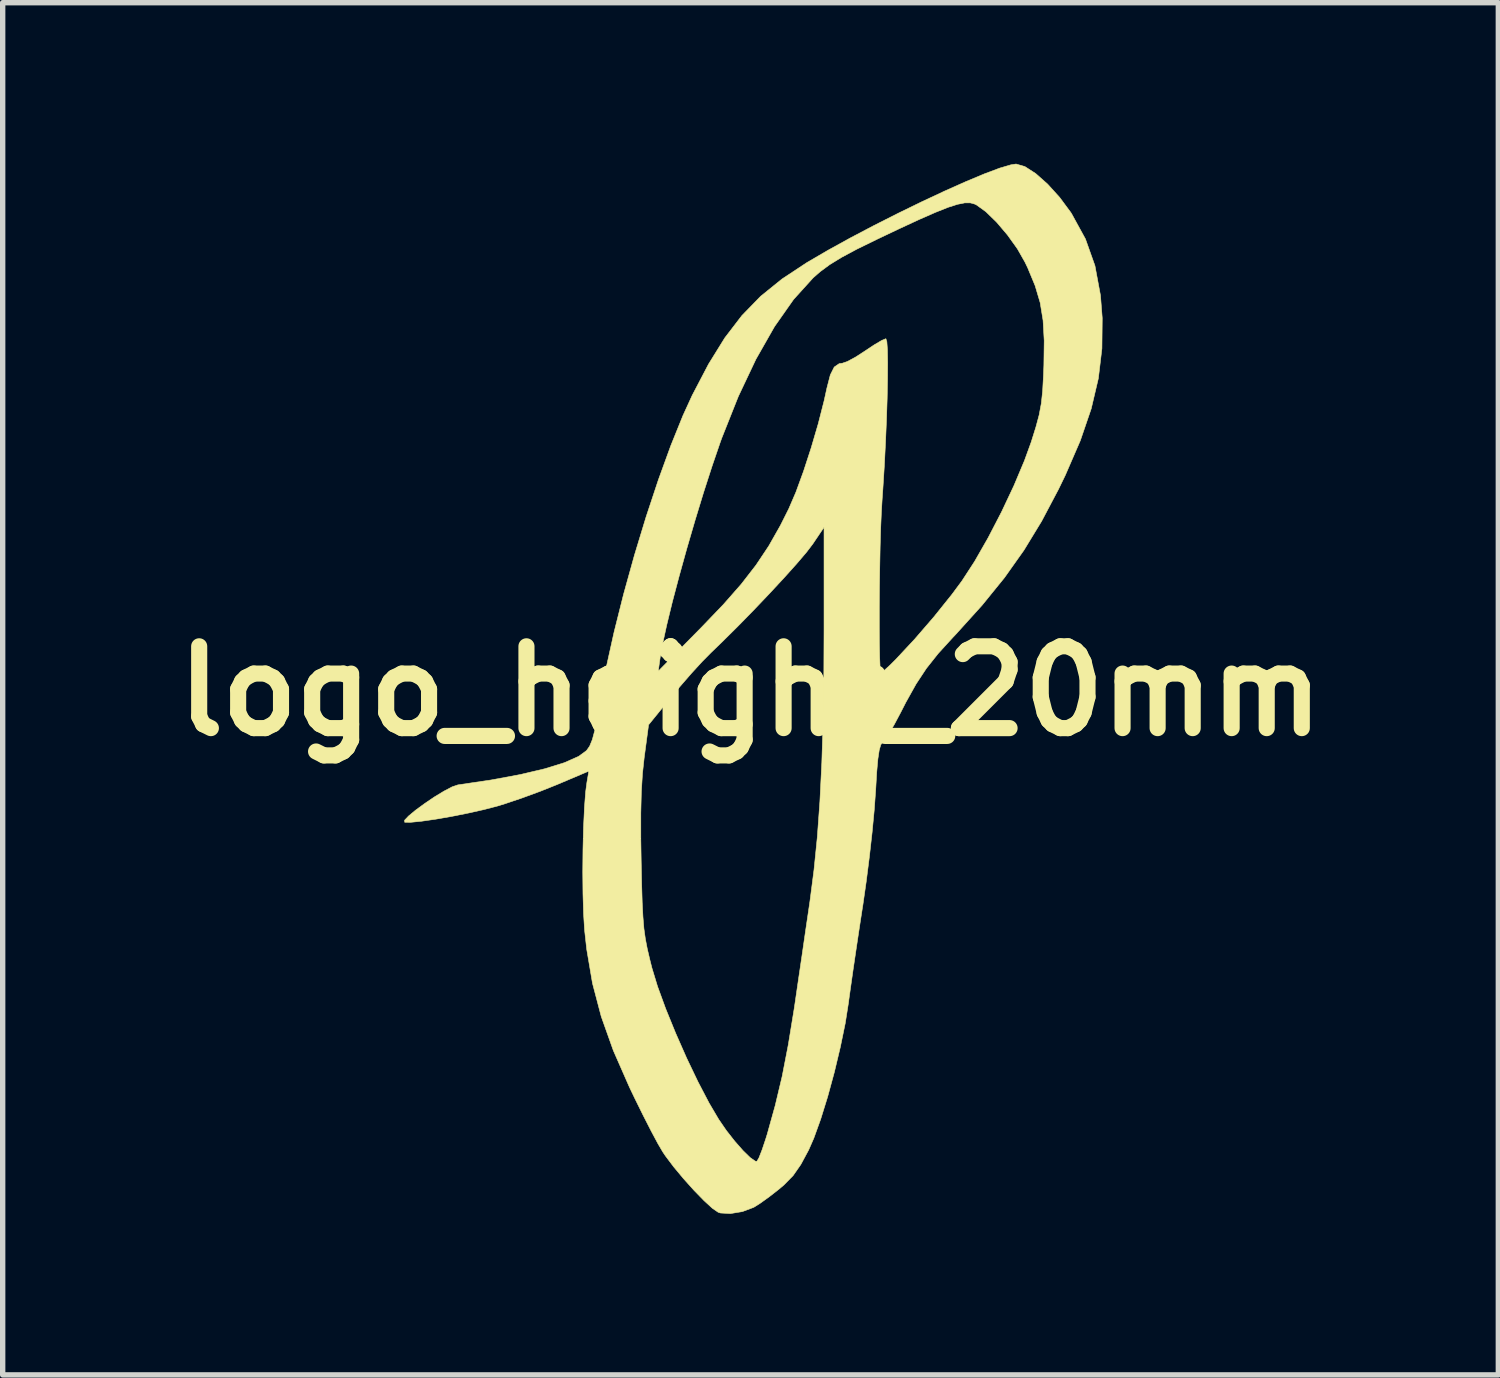
<source format=kicad_pcb>
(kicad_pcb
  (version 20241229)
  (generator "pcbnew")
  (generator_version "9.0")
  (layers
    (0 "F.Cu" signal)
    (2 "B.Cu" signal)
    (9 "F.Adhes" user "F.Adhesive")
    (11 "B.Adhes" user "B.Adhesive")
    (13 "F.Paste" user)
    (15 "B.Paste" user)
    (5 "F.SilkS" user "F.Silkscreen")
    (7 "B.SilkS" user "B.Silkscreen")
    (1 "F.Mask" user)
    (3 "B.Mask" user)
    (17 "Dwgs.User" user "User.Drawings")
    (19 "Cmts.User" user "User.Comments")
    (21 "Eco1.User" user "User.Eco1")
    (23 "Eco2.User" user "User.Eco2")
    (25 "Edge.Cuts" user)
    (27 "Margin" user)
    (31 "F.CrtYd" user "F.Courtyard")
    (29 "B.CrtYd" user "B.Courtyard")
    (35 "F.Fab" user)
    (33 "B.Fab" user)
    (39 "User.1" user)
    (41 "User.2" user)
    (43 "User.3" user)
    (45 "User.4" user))
  (footprint "logo_height_20mm"
    (layer "F.Cu")
    (at 10.929 9.823)
    (property "Reference" "logo_height_20mm" (at 0 0 0) (layer "F.SilkS") (effects (font (size 1.524 1.524) (thickness 0.3))))
    (attr through_hole)
    (fp_poly (pts (xy 5.11 -9.771) (xy 5.312 -9.641) (xy 5.534 -9.444) (xy 5.758 -9.197) (xy 5.967 -8.915) (xy 5.982 -8.891) (xy 6.239 -8.422) (xy 6.416 -7.924) (xy 6.519 -7.371) (xy 6.552 -6.948) (xy 6.546 -6.381) (xy 6.48 -5.826) (xy 6.347 -5.261) (xy 6.144 -4.667) (xy 5.865 -4.023) (xy 5.738 -3.761) (xy 5.423 -3.165) (xy 5.094 -2.625) (xy 4.731 -2.113) (xy 4.314 -1.599) (xy 3.823 -1.056) (xy 3.769 -0.999) (xy 3.496 -0.7) (xy 3.277 -0.424) (xy 3.085 -0.133) (xy 2.894 0.209) (xy 2.797 0.399) (xy 2.681 0.617) (xy 2.574 0.8) (xy 2.492 0.92) (xy 2.465 0.948) (xy 2.427 0.999) (xy 2.398 1.099) (xy 2.373 1.265) (xy 2.351 1.514) (xy 2.331 1.859) (xy 2.329 1.882) (xy 2.305 2.216) (xy 2.266 2.627) (xy 2.215 3.082) (xy 2.156 3.547) (xy 2.093 3.987) (xy 2.088 4.016) (xy 2.026 4.42) (xy 1.966 4.82) (xy 1.911 5.192) (xy 1.866 5.508) (xy 1.833 5.744) (xy 1.828 5.788) (xy 1.765 6.188) (xy 1.673 6.633) (xy 1.562 7.098) (xy 1.438 7.553) (xy 1.308 7.972) (xy 1.18 8.327) (xy 1.084 8.546) (xy 0.937 8.819) (xy 0.795 9.023) (xy 0.626 9.196) (xy 0.531 9.277) (xy 0.348 9.42) (xy 0.178 9.542) (xy 0.06 9.616) (xy -0.151 9.695) (xy -0.375 9.732) (xy -0.562 9.721) (xy -0.601 9.708) (xy -0.709 9.634) (xy -0.865 9.491) (xy -1.051 9.3) (xy -1.246 9.083) (xy -1.43 8.862) (xy -1.583 8.659) (xy -1.634 8.583) (xy -1.725 8.428) (xy -1.85 8.194) (xy -1.997 7.906) (xy -2.153 7.59) (xy -2.254 7.379) (xy -2.554 6.696) (xy -2.78 6.061) (xy -2.943 5.442) (xy -3.051 4.806) (xy -3.09 4.452) (xy -3.109 4.147) (xy -3.12 3.777) (xy -3.124 3.369) (xy -3.12 2.948) (xy -3.11 2.54) (xy -3.097 2.272) (xy -2.043 2.272) (xy -2.043 2.749) (xy -2.036 3.168) (xy -2.027 3.598) (xy -2.017 3.936) (xy -2.003 4.204) (xy -1.985 4.423) (xy -1.958 4.615) (xy -1.922 4.802) (xy -1.874 5.006) (xy -1.836 5.157) (xy -1.731 5.502) (xy -1.58 5.915) (xy -1.395 6.369) (xy -1.191 6.832) (xy -0.978 7.277) (xy -0.771 7.673) (xy -0.592 7.977) (xy -0.45 8.184) (xy -0.293 8.384) (xy -0.139 8.559) (xy -0.006 8.689) (xy 0.089 8.756) (xy 0.12 8.758) (xy 0.158 8.693) (xy 0.216 8.545) (xy 0.284 8.342) (xy 0.31 8.259) (xy 0.46 7.721) (xy 0.59 7.176) (xy 0.704 6.589) (xy 0.812 5.928) (xy 0.828 5.822) (xy 0.888 5.41) (xy 0.958 4.936) (xy 1.028 4.453) (xy 1.093 4.013) (xy 1.108 3.91) (xy 1.183 3.33) (xy 1.245 2.716) (xy 1.293 2.053) (xy 1.329 1.327) (xy 1.354 0.526) (xy 1.367 -0.364) (xy 1.37 -1.143) (xy 1.37 -3.052) (xy 1.159 -2.739) (xy 1.044 -2.588) (xy 0.861 -2.373) (xy 0.626 -2.111) (xy 0.353 -1.817) (xy 0.058 -1.507) (xy -0.244 -1.198) (xy -0.54 -0.905) (xy -0.733 -0.719) (xy -0.898 -0.552) (xy -1.103 -0.328) (xy -1.319 -0.079) (xy -1.468 0.099) (xy -1.898 0.628) (xy -1.98 1.241) (xy -2.012 1.537) (xy -2.033 1.874) (xy -2.043 2.272) (xy -3.097 2.272) (xy -3.093 2.174) (xy -3.07 1.874) (xy -3.047 1.701) (xy -3.011 1.49) (xy -3.603 1.741) (xy -3.913 1.865) (xy -4.253 1.99) (xy -4.57 2.097) (xy -4.709 2.14) (xy -4.962 2.206) (xy -5.256 2.272) (xy -5.566 2.334) (xy -5.865 2.386) (xy -6.128 2.424) (xy -6.33 2.444) (xy -6.441 2.443) (xy -6.444 2.406) (xy -6.369 2.327) (xy -6.238 2.218) (xy -6.07 2.095) (xy -5.887 1.971) (xy -5.709 1.863) (xy -5.557 1.783) (xy -5.451 1.747) (xy -4.83 1.655) (xy -4.287 1.554) (xy -3.83 1.446) (xy -3.466 1.333) (xy -3.202 1.216) (xy -3.054 1.108) (xy -2.996 1.026) (xy -2.946 0.904) (xy -2.898 0.724) (xy -2.848 0.465) (xy -2.801 0.185) (xy -2.7 -0.371) (xy -1.718 -0.371) (xy -0.913 -1.188) (xy -0.506 -1.612) (xy -0.173 -1.991) (xy 0.103 -2.347) (xy 0.341 -2.704) (xy 0.557 -3.085) (xy 0.713 -3.396) (xy 0.846 -3.705) (xy 0.988 -4.094) (xy 1.13 -4.53) (xy 1.262 -4.979) (xy 1.372 -5.41) (xy 1.424 -5.647) (xy 1.487 -5.89) (xy 1.56 -6.036) (xy 1.653 -6.1) (xy 1.71 -6.107) (xy 1.804 -6.139) (xy 1.956 -6.221) (xy 2.134 -6.336) (xy 2.305 -6.45) (xy 2.444 -6.532) (xy 2.521 -6.564) (xy 2.522 -6.564) (xy 2.54 -6.51) (xy 2.551 -6.356) (xy 2.555 -6.119) (xy 2.553 -5.812) (xy 2.546 -5.451) (xy 2.533 -5.052) (xy 2.515 -4.628) (xy 2.493 -4.194) (xy 2.466 -3.767) (xy 2.452 -3.567) (xy 2.438 -3.331) (xy 2.425 -3.033) (xy 2.415 -2.689) (xy 2.408 -2.318) (xy 2.402 -1.935) (xy 2.399 -1.558) (xy 2.399 -1.203) (xy 2.401 -0.888) (xy 2.406 -0.63) (xy 2.414 -0.445) (xy 2.425 -0.351) (xy 2.43 -0.342) (xy 2.485 -0.38) (xy 2.592 -0.477) (xy 2.701 -0.585) (xy 3.055 -0.964) (xy 3.416 -1.382) (xy 3.749 -1.797) (xy 3.939 -2.053) (xy 4.175 -2.416) (xy 4.426 -2.855) (xy 4.676 -3.337) (xy 4.908 -3.829) (xy 5.104 -4.295) (xy 5.229 -4.639) (xy 5.316 -4.917) (xy 5.377 -5.144) (xy 5.417 -5.357) (xy 5.442 -5.592) (xy 5.458 -5.886) (xy 5.465 -6.071) (xy 5.471 -6.528) (xy 5.45 -6.905) (xy 5.396 -7.235) (xy 5.302 -7.551) (xy 5.163 -7.886) (xy 5.114 -7.988) (xy 4.972 -8.238) (xy 4.788 -8.495) (xy 4.585 -8.734) (xy 4.384 -8.93) (xy 4.209 -9.056) (xy 4.173 -9.073) (xy 4.091 -9.095) (xy 3.989 -9.094) (xy 3.855 -9.067) (xy 3.677 -9.01) (xy 3.444 -8.917) (xy 3.143 -8.785) (xy 2.763 -8.609) (xy 2.357 -8.416) (xy 1.985 -8.234) (xy 1.699 -8.081) (xy 1.477 -7.945) (xy 1.297 -7.812) (xy 1.167 -7.698) (xy 0.803 -7.296) (xy 0.447 -6.789) (xy 0.102 -6.183) (xy -0.227 -5.488) (xy -0.536 -4.711) (xy -0.564 -4.633) (xy -0.715 -4.192) (xy -0.873 -3.703) (xy -1.031 -3.186) (xy -1.185 -2.659) (xy -1.328 -2.144) (xy -1.456 -1.66) (xy -1.561 -1.228) (xy -1.64 -0.866) (xy -1.682 -0.628) (xy -1.718 -0.371) (xy -2.7 -0.371) (xy -2.69 -0.427) (xy -2.541 -1.098) (xy -2.363 -1.807) (xy -2.162 -2.53) (xy -1.944 -3.247) (xy -1.716 -3.934) (xy -1.485 -4.57) (xy -1.258 -5.132) (xy -1.086 -5.508) (xy -0.781 -6.091) (xy -0.478 -6.58) (xy -0.16 -6.995) (xy 0.189 -7.354) (xy 0.587 -7.676) (xy 1.049 -7.981) (xy 1.066 -7.991) (xy 1.443 -8.211) (xy 1.858 -8.44) (xy 2.297 -8.671) (xy 2.746 -8.898) (xy 3.191 -9.115) (xy 3.616 -9.314) (xy 4.009 -9.489) (xy 4.355 -9.634) (xy 4.64 -9.741) (xy 4.85 -9.803) (xy 4.947 -9.818) (xy 5.11 -9.771)) (stroke (width 0.01) (type solid)) (fill yes) (layer "F.SilkS")))
  (gr_rect
    (start -3 -3)
    (end 24.859 22.56)
    (stroke (width 0.1) (type default))
    (fill no)
    (layer "Edge.Cuts")))
</source>
